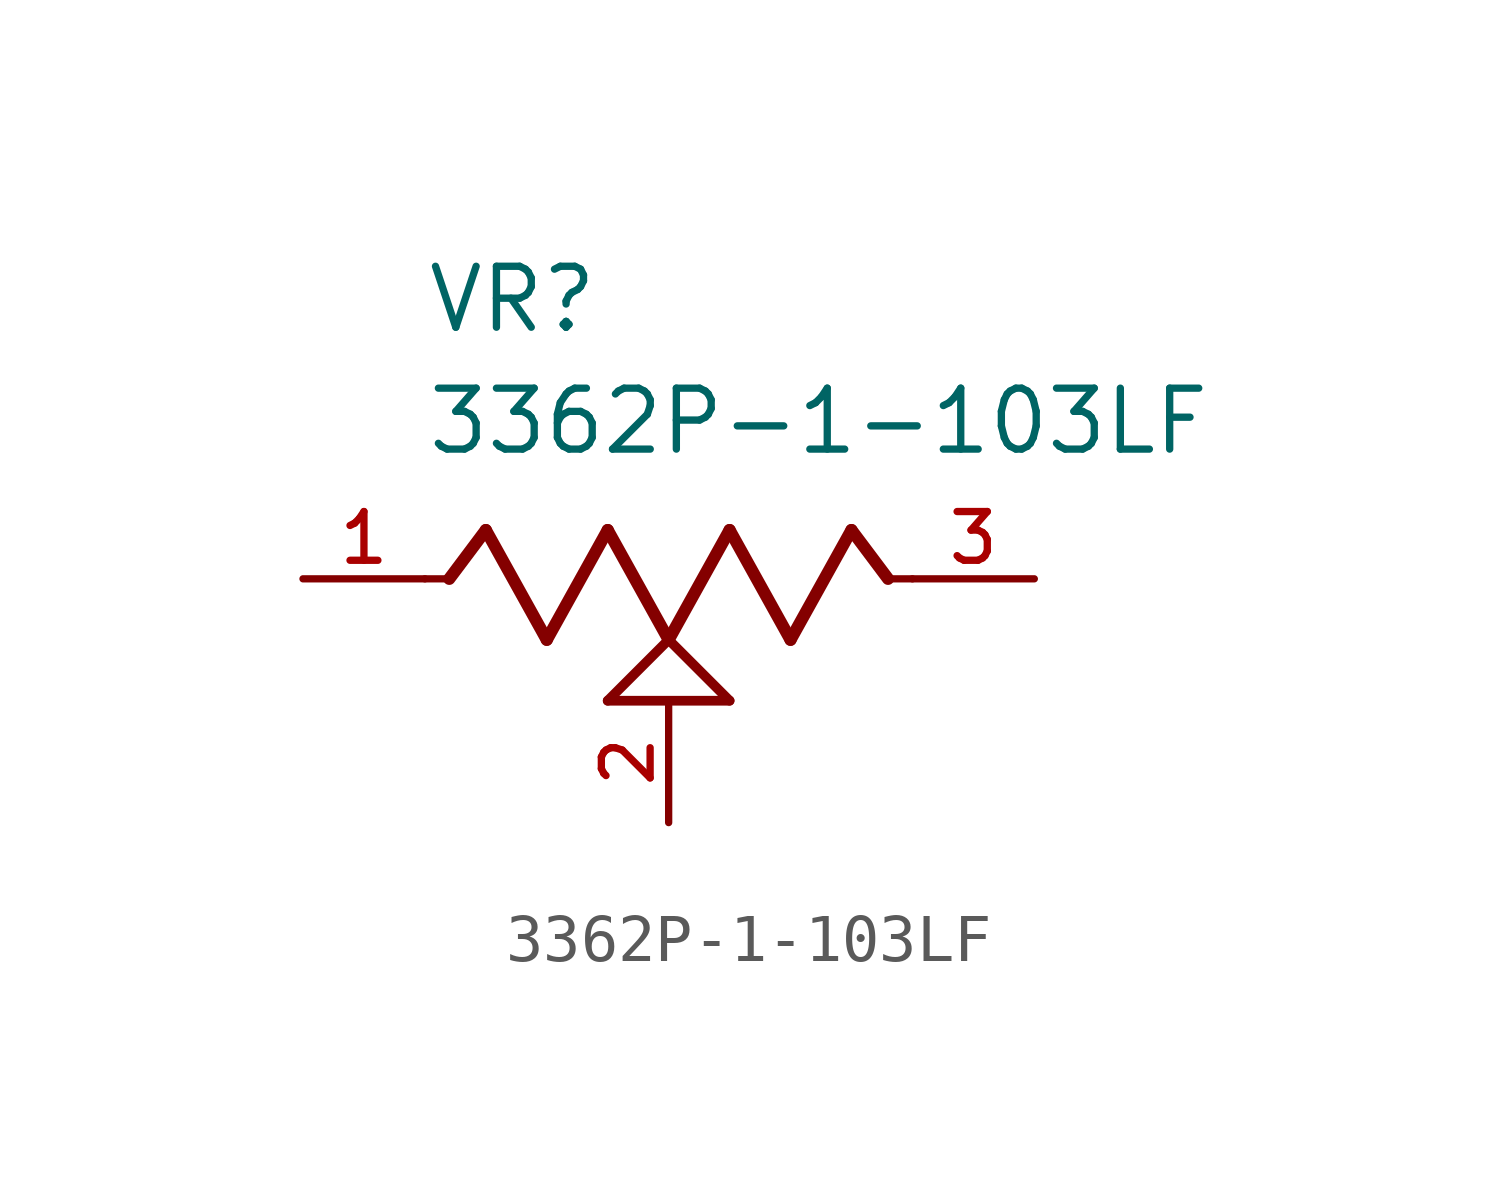
<source format=kicad_sym>
(kicad_symbol_lib
  (version 20211014)
  (generator kicad_symbol_editor)
  (symbol "3362P-1-103LF"
    (pin_names
      (offset 1.016))
    (property "Reference" "VR"
      (at -5.08 5.08 0)
      (effects (font (size 1.27 1.27)) (justify bottom left)))
    (property "Value" "3362P-1-103LF"
      (at -5.08 2.54 0)
      (effects (font (size 1.27 1.27)) (justify bottom left)))
    (symbol "3362P-1-103LF_0_0"
      (polyline (pts (xy -5.08 0.0) (xy -4.572 0.0)) (stroke (width 0.152)))
      (polyline (pts (xy -4.572 0.0) (xy -3.81 1.016)) (stroke (width 0.254)))
      (polyline (pts (xy -3.81 1.016) (xy -2.54 -1.27)) (stroke (width 0.254)))
      (polyline (pts (xy -2.54 -1.27) (xy -1.27 1.016)) (stroke (width 0.254)))
      (polyline (pts (xy -1.27 1.016) (xy 0.0 -1.27)) (stroke (width 0.254)))
      (polyline (pts (xy 0.0 -1.27) (xy 1.27 1.016)) (stroke (width 0.254)))
      (polyline (pts (xy 1.27 1.016) (xy 2.54 -1.27)) (stroke (width 0.254)))
      (polyline (pts (xy 2.54 -1.27) (xy 3.81 1.016)) (stroke (width 0.254)))
      (polyline (pts (xy 3.81 1.016) (xy 4.572 0.0)) (stroke (width 0.254)))
      (polyline (pts (xy 4.572 0.0) (xy 5.08 0.0)) (stroke (width 0.152)))
      (polyline (pts (xy 0.0 -1.27) (xy 1.27 -2.54)) (stroke (width 0.203)))
      (polyline (pts (xy -1.27 -2.54) (xy 0.0 -1.27)) (stroke (width 0.203)))
      (polyline (pts (xy 1.27 -2.54) (xy -1.27 -2.54)) (stroke (width 0.203)))
      (pin passive line (at -7.62 0.0 0) (length 2.54) (name "~" (effects (font (size 1.016 1.016)))) (number "1" (effects (font (size 1.016 1.016)))))
      (pin passive line (at 0.0 -5.08 90.0) (length 2.54) (name "~" (effects (font (size 1.016 1.016)))) (number "2" (effects (font (size 1.016 1.016)))))
      (pin passive line (at 7.62 0.0 180.0) (length 2.54) (name "~" (effects (font (size 1.016 1.016)))) (number "3" (effects (font (size 1.016 1.016))))))))
</source>
